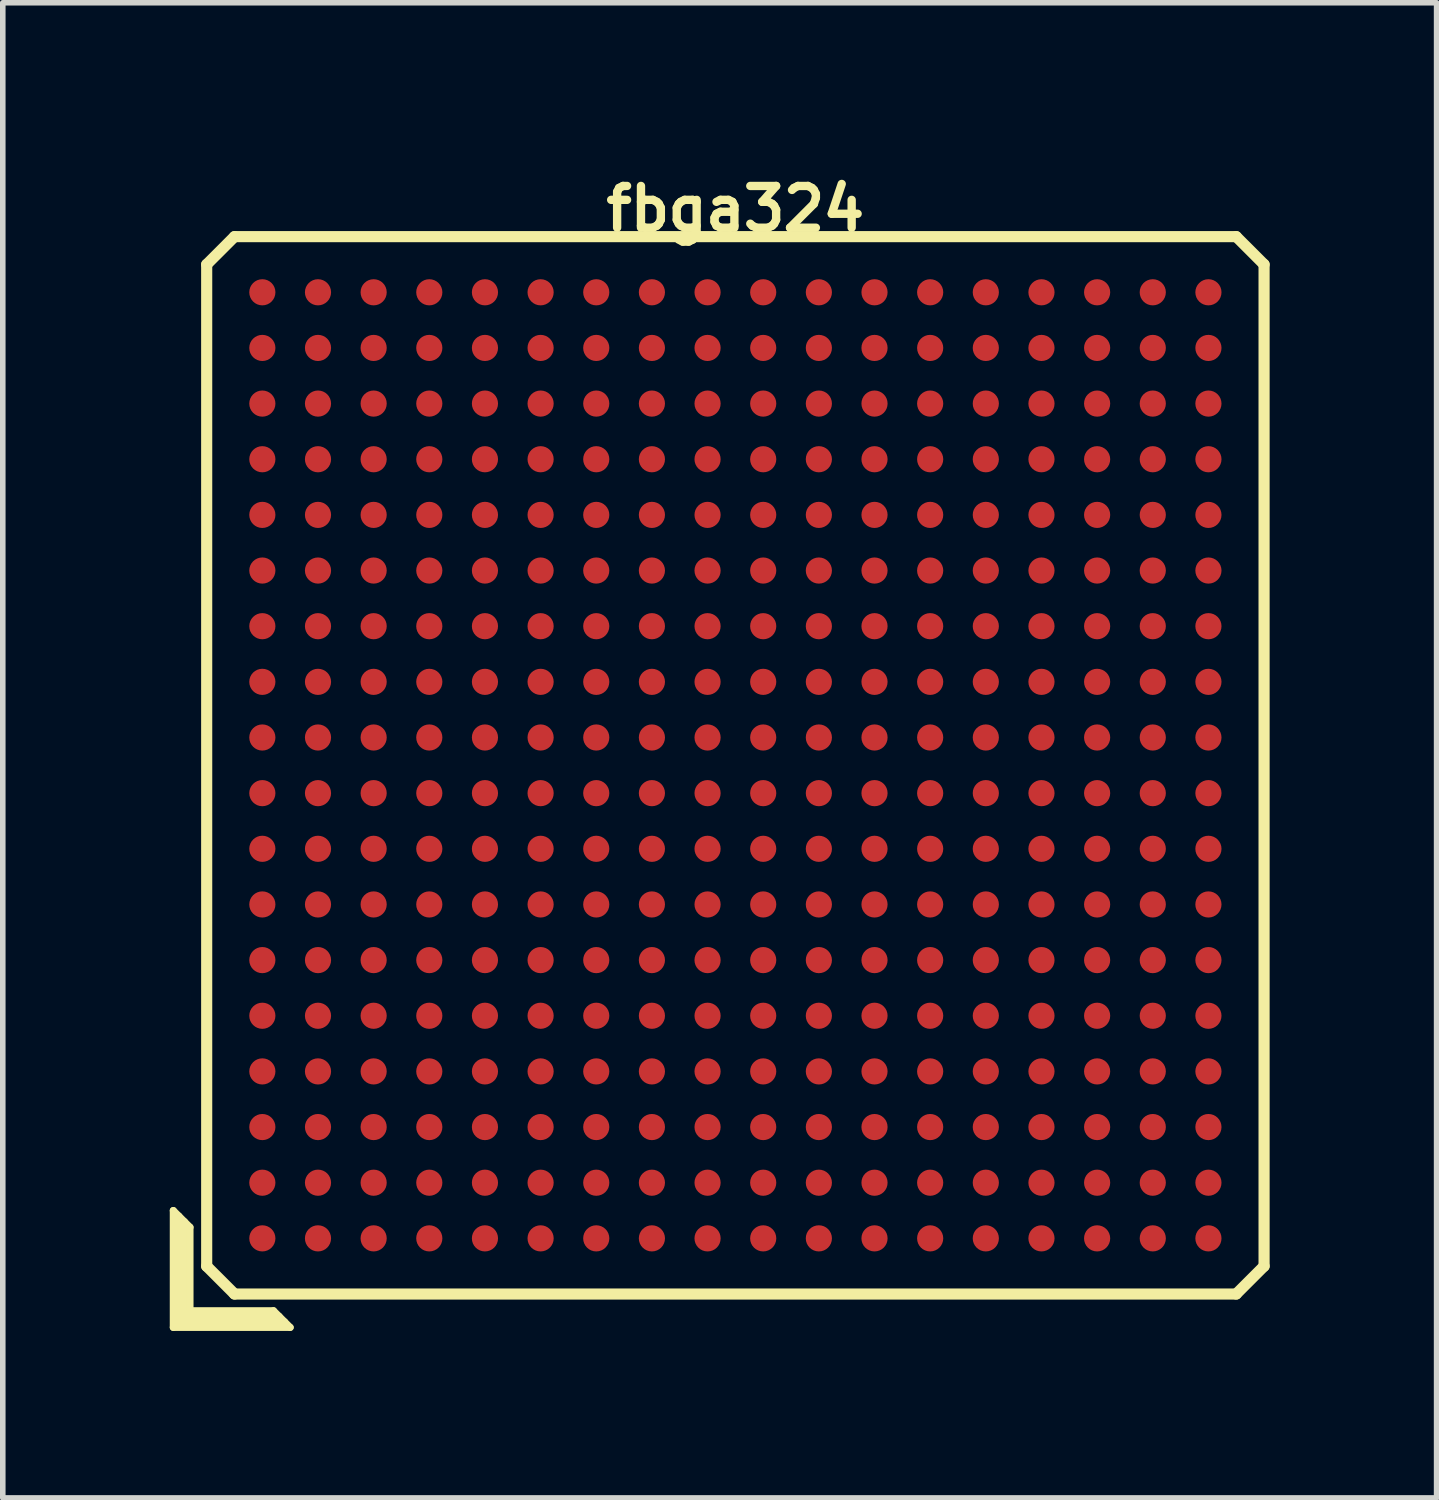
<source format=kicad_pcb>
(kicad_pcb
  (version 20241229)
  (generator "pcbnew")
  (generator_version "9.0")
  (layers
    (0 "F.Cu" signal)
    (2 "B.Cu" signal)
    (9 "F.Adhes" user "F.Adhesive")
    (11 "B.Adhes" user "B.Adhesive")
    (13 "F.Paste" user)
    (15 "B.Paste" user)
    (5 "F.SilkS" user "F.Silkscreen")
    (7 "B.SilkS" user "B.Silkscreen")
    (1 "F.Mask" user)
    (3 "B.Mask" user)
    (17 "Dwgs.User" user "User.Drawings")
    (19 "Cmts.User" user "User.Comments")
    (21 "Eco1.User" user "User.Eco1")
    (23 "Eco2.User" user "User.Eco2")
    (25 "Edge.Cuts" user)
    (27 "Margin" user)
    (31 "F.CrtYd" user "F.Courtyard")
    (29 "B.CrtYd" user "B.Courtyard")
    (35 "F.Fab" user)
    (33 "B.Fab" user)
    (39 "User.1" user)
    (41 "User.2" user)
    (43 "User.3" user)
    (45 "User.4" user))
  (footprint "fbga324"
    (layer "F.Cu")
    (at 10.164 10.702)
    (property "Reference" "fbga324" (at 0 -10 0) (layer "F.SilkS") (effects (font (size 0.75 0.75) (thickness 0.15))))
    (attr through_hole)
    (fp_line (start -10.1 8) (end -9.8 8.3) (stroke (width 0.127) (type solid)) (layer "F.SilkS"))
    (fp_line (start -10.1 10.1) (end -10.1 8) (stroke (width 0.127) (type solid)) (layer "F.SilkS"))
    (fp_line (start -10 8.1) (end -10 10) (stroke (width 0.127) (type solid)) (layer "F.SilkS"))
    (fp_line (start -10 10) (end -8.1 10) (stroke (width 0.127) (type solid)) (layer "F.SilkS"))
    (fp_line (start -9.9 9.9) (end -9.9 8.2) (stroke (width 0.127) (type solid)) (layer "F.SilkS"))
    (fp_line (start -9.8 8.3) (end -9.8 9.8) (stroke (width 0.127) (type solid)) (layer "F.SilkS"))
    (fp_line (start -9.8 9.8) (end -8.3 9.8) (stroke (width 0.127) (type solid)) (layer "F.SilkS"))
    (fp_line (start -9.5 -9) (end -9.5 9) (stroke (width 0.2) (type solid)) (layer "F.SilkS"))
    (fp_line (start -9.5 -9) (end -9 -9.5) (stroke (width 0.2) (type solid)) (layer "F.SilkS"))
    (fp_line (start -9 9.5) (end -9.5 9) (stroke (width 0.2) (type solid)) (layer "F.SilkS"))
    (fp_line (start -9 9.5) (end 9 9.5) (stroke (width 0.2) (type solid)) (layer "F.SilkS"))
    (fp_line (start -8.3 9.8) (end -8 10.1) (stroke (width 0.127) (type solid)) (layer "F.SilkS"))
    (fp_line (start -8.2 9.9) (end -9.9 9.9) (stroke (width 0.127) (type solid)) (layer "F.SilkS"))
    (fp_line (start -8 10.1) (end -10.1 10.1) (stroke (width 0.127) (type solid)) (layer "F.SilkS"))
    (fp_line (start 9 -9.5) (end -9 -9.5) (stroke (width 0.2) (type solid)) (layer "F.SilkS"))
    (fp_line (start 9 -9.5) (end 9.5 -9) (stroke (width 0.2) (type solid)) (layer "F.SilkS"))
    (fp_line (start 9.5 9) (end 9 9.5) (stroke (width 0.2) (type solid)) (layer "F.SilkS"))
    (fp_line (start 9.5 9) (end 9.5 -9) (stroke (width 0.2) (type solid)) (layer "F.SilkS"))
    (pad "A1" smd circle (at -8.5 8.5) (size 0.47 0.47) (layers "F.Cu" "F.Mask" "F.Paste"))
    (pad "A2" smd circle (at -7.5 8.5) (size 0.47 0.47) (layers "F.Cu" "F.Mask" "F.Paste"))
    (pad "A3" smd circle (at -6.5 8.5) (size 0.47 0.47) (layers "F.Cu" "F.Mask" "F.Paste"))
    (pad "A4" smd circle (at -5.5 8.5) (size 0.47 0.47) (layers "F.Cu" "F.Mask" "F.Paste"))
    (pad "A5" smd circle (at -4.5 8.5) (size 0.47 0.47) (layers "F.Cu" "F.Mask" "F.Paste"))
    (pad "A6" smd circle (at -3.5 8.5) (size 0.47 0.47) (layers "F.Cu" "F.Mask" "F.Paste"))
    (pad "A7" smd circle (at -2.5 8.5) (size 0.47 0.47) (layers "F.Cu" "F.Mask" "F.Paste"))
    (pad "A8" smd circle (at -1.5 8.5) (size 0.47 0.47) (layers "F.Cu" "F.Mask" "F.Paste"))
    (pad "A9" smd circle (at -0.5 8.5) (size 0.47 0.47) (layers "F.Cu" "F.Mask" "F.Paste"))
    (pad "A10" smd circle (at 0.5 8.5) (size 0.47 0.47) (layers "F.Cu" "F.Mask" "F.Paste"))
    (pad "A11" smd circle (at 1.5 8.5) (size 0.47 0.47) (layers "F.Cu" "F.Mask" "F.Paste"))
    (pad "A12" smd circle (at 2.5 8.5) (size 0.47 0.47) (layers "F.Cu" "F.Mask" "F.Paste"))
    (pad "A13" smd circle (at 3.5 8.5) (size 0.47 0.47) (layers "F.Cu" "F.Mask" "F.Paste"))
    (pad "A14" smd circle (at 4.5 8.5) (size 0.47 0.47) (layers "F.Cu" "F.Mask" "F.Paste"))
    (pad "A15" smd circle (at 5.5 8.5) (size 0.47 0.47) (layers "F.Cu" "F.Mask" "F.Paste"))
    (pad "A16" smd circle (at 6.5 8.5) (size 0.47 0.47) (layers "F.Cu" "F.Mask" "F.Paste"))
    (pad "A17" smd circle (at 7.5 8.5) (size 0.47 0.47) (layers "F.Cu" "F.Mask" "F.Paste"))
    (pad "A18" smd circle (at 8.5 8.5) (size 0.47 0.47) (layers "F.Cu" "F.Mask" "F.Paste"))
    (pad "B1" smd circle (at -8.5 7.5) (size 0.47 0.47) (layers "F.Cu" "F.Mask" "F.Paste"))
    (pad "B2" smd circle (at -7.5 7.5) (size 0.47 0.47) (layers "F.Cu" "F.Mask" "F.Paste"))
    (pad "B3" smd circle (at -6.5 7.5) (size 0.47 0.47) (layers "F.Cu" "F.Mask" "F.Paste"))
    (pad "B4" smd circle (at -5.5 7.5) (size 0.47 0.47) (layers "F.Cu" "F.Mask" "F.Paste"))
    (pad "B5" smd circle (at -4.5 7.5) (size 0.47 0.47) (layers "F.Cu" "F.Mask" "F.Paste"))
    (pad "B6" smd circle (at -3.5 7.5) (size 0.47 0.47) (layers "F.Cu" "F.Mask" "F.Paste"))
    (pad "B7" smd circle (at -2.5 7.5) (size 0.47 0.47) (layers "F.Cu" "F.Mask" "F.Paste"))
    (pad "B8" smd circle (at -1.5 7.5) (size 0.47 0.47) (layers "F.Cu" "F.Mask" "F.Paste"))
    (pad "B9" smd circle (at -0.5 7.5) (size 0.47 0.47) (layers "F.Cu" "F.Mask" "F.Paste"))
    (pad "B10" smd circle (at 0.5 7.5) (size 0.47 0.47) (layers "F.Cu" "F.Mask" "F.Paste"))
    (pad "B11" smd circle (at 1.5 7.5) (size 0.47 0.47) (layers "F.Cu" "F.Mask" "F.Paste"))
    (pad "B12" smd circle (at 2.5 7.5) (size 0.47 0.47) (layers "F.Cu" "F.Mask" "F.Paste"))
    (pad "B13" smd circle (at 3.5 7.5) (size 0.47 0.47) (layers "F.Cu" "F.Mask" "F.Paste"))
    (pad "B14" smd circle (at 4.5 7.5) (size 0.47 0.47) (layers "F.Cu" "F.Mask" "F.Paste"))
    (pad "B15" smd circle (at 5.5 7.5) (size 0.47 0.47) (layers "F.Cu" "F.Mask" "F.Paste"))
    (pad "B16" smd circle (at 6.5 7.5) (size 0.47 0.47) (layers "F.Cu" "F.Mask" "F.Paste"))
    (pad "B17" smd circle (at 7.5 7.5) (size 0.47 0.47) (layers "F.Cu" "F.Mask" "F.Paste"))
    (pad "B18" smd circle (at 8.5 7.5) (size 0.47 0.47) (layers "F.Cu" "F.Mask" "F.Paste"))
    (pad "C1" smd circle (at -8.5 6.5) (size 0.47 0.47) (layers "F.Cu" "F.Mask" "F.Paste"))
    (pad "C2" smd circle (at -7.5 6.5) (size 0.47 0.47) (layers "F.Cu" "F.Mask" "F.Paste"))
    (pad "C3" smd circle (at -6.5 6.5) (size 0.47 0.47) (layers "F.Cu" "F.Mask" "F.Paste"))
    (pad "C4" smd circle (at -5.5 6.5) (size 0.47 0.47) (layers "F.Cu" "F.Mask" "F.Paste"))
    (pad "C5" smd circle (at -4.5 6.5) (size 0.47 0.47) (layers "F.Cu" "F.Mask" "F.Paste"))
    (pad "C6" smd circle (at -3.5 6.5) (size 0.47 0.47) (layers "F.Cu" "F.Mask" "F.Paste"))
    (pad "C7" smd circle (at -2.5 6.5) (size 0.47 0.47) (layers "F.Cu" "F.Mask" "F.Paste"))
    (pad "C8" smd circle (at -1.5 6.5) (size 0.47 0.47) (layers "F.Cu" "F.Mask" "F.Paste"))
    (pad "C9" smd circle (at -0.5 6.5) (size 0.47 0.47) (layers "F.Cu" "F.Mask" "F.Paste"))
    (pad "C10" smd circle (at 0.5 6.5) (size 0.47 0.47) (layers "F.Cu" "F.Mask" "F.Paste"))
    (pad "C11" smd circle (at 1.5 6.5) (size 0.47 0.47) (layers "F.Cu" "F.Mask" "F.Paste"))
    (pad "C12" smd circle (at 2.5 6.5) (size 0.47 0.47) (layers "F.Cu" "F.Mask" "F.Paste"))
    (pad "C13" smd circle (at 3.5 6.5) (size 0.47 0.47) (layers "F.Cu" "F.Mask" "F.Paste"))
    (pad "C14" smd circle (at 4.5 6.5) (size 0.47 0.47) (layers "F.Cu" "F.Mask" "F.Paste"))
    (pad "C15" smd circle (at 5.5 6.5) (size 0.47 0.47) (layers "F.Cu" "F.Mask" "F.Paste"))
    (pad "C16" smd circle (at 6.5 6.5) (size 0.47 0.47) (layers "F.Cu" "F.Mask" "F.Paste"))
    (pad "C17" smd circle (at 7.5 6.5) (size 0.47 0.47) (layers "F.Cu" "F.Mask" "F.Paste"))
    (pad "C18" smd circle (at 8.5 6.5) (size 0.47 0.47) (layers "F.Cu" "F.Mask" "F.Paste"))
    (pad "D1" smd circle (at -8.5 5.5) (size 0.47 0.47) (layers "F.Cu" "F.Mask" "F.Paste"))
    (pad "D2" smd circle (at -7.5 5.5) (size 0.47 0.47) (layers "F.Cu" "F.Mask" "F.Paste"))
    (pad "D3" smd circle (at -6.5 5.5) (size 0.47 0.47) (layers "F.Cu" "F.Mask" "F.Paste"))
    (pad "D4" smd circle (at -5.5 5.5) (size 0.47 0.47) (layers "F.Cu" "F.Mask" "F.Paste"))
    (pad "D5" smd circle (at -4.5 5.5) (size 0.47 0.47) (layers "F.Cu" "F.Mask" "F.Paste"))
    (pad "D6" smd circle (at -3.5 5.5) (size 0.47 0.47) (layers "F.Cu" "F.Mask" "F.Paste"))
    (pad "D7" smd circle (at -2.5 5.5) (size 0.47 0.47) (layers "F.Cu" "F.Mask" "F.Paste"))
    (pad "D8" smd circle (at -1.5 5.5) (size 0.47 0.47) (layers "F.Cu" "F.Mask" "F.Paste"))
    (pad "D9" smd circle (at -0.5 5.5) (size 0.47 0.47) (layers "F.Cu" "F.Mask" "F.Paste"))
    (pad "D10" smd circle (at 0.5 5.5) (size 0.47 0.47) (layers "F.Cu" "F.Mask" "F.Paste"))
    (pad "D11" smd circle (at 1.5 5.5) (size 0.47 0.47) (layers "F.Cu" "F.Mask" "F.Paste"))
    (pad "D12" smd circle (at 2.5 5.5) (size 0.47 0.47) (layers "F.Cu" "F.Mask" "F.Paste"))
    (pad "D13" smd circle (at 3.5 5.5) (size 0.47 0.47) (layers "F.Cu" "F.Mask" "F.Paste"))
    (pad "D14" smd circle (at 4.5 5.5) (size 0.47 0.47) (layers "F.Cu" "F.Mask" "F.Paste"))
    (pad "D15" smd circle (at 5.5 5.5) (size 0.47 0.47) (layers "F.Cu" "F.Mask" "F.Paste"))
    (pad "D16" smd circle (at 6.5 5.5) (size 0.47 0.47) (layers "F.Cu" "F.Mask" "F.Paste"))
    (pad "D17" smd circle (at 7.5 5.5) (size 0.47 0.47) (layers "F.Cu" "F.Mask" "F.Paste"))
    (pad "D18" smd circle (at 8.5 5.5) (size 0.47 0.47) (layers "F.Cu" "F.Mask" "F.Paste"))
    (pad "E1" smd circle (at -8.5 4.5) (size 0.47 0.47) (layers "F.Cu" "F.Mask" "F.Paste"))
    (pad "E2" smd circle (at -7.5 4.5) (size 0.47 0.47) (layers "F.Cu" "F.Mask" "F.Paste"))
    (pad "E3" smd circle (at -6.5 4.5) (size 0.47 0.47) (layers "F.Cu" "F.Mask" "F.Paste"))
    (pad "E4" smd circle (at -5.5 4.5) (size 0.47 0.47) (layers "F.Cu" "F.Mask" "F.Paste"))
    (pad "E5" smd circle (at -4.5 4.5) (size 0.47 0.47) (layers "F.Cu" "F.Mask" "F.Paste"))
    (pad "E6" smd circle (at -3.5 4.5) (size 0.47 0.47) (layers "F.Cu" "F.Mask" "F.Paste"))
    (pad "E7" smd circle (at -2.5 4.5) (size 0.47 0.47) (layers "F.Cu" "F.Mask" "F.Paste"))
    (pad "E8" smd circle (at -1.5 4.5) (size 0.47 0.47) (layers "F.Cu" "F.Mask" "F.Paste"))
    (pad "E9" smd circle (at -0.5 4.5) (size 0.47 0.47) (layers "F.Cu" "F.Mask" "F.Paste"))
    (pad "E10" smd circle (at 0.5 4.5) (size 0.47 0.47) (layers "F.Cu" "F.Mask" "F.Paste"))
    (pad "E11" smd circle (at 1.5 4.5) (size 0.47 0.47) (layers "F.Cu" "F.Mask" "F.Paste"))
    (pad "E12" smd circle (at 2.5 4.5) (size 0.47 0.47) (layers "F.Cu" "F.Mask" "F.Paste"))
    (pad "E13" smd circle (at 3.5 4.5) (size 0.47 0.47) (layers "F.Cu" "F.Mask" "F.Paste"))
    (pad "E14" smd circle (at 4.5 4.5) (size 0.47 0.47) (layers "F.Cu" "F.Mask" "F.Paste"))
    (pad "E15" smd circle (at 5.5 4.5) (size 0.47 0.47) (layers "F.Cu" "F.Mask" "F.Paste"))
    (pad "E16" smd circle (at 6.5 4.5) (size 0.47 0.47) (layers "F.Cu" "F.Mask" "F.Paste"))
    (pad "E17" smd circle (at 7.5 4.5) (size 0.47 0.47) (layers "F.Cu" "F.Mask" "F.Paste"))
    (pad "E18" smd circle (at 8.5 4.5) (size 0.47 0.47) (layers "F.Cu" "F.Mask" "F.Paste"))
    (pad "F1" smd circle (at -8.5 3.5) (size 0.47 0.47) (layers "F.Cu" "F.Mask" "F.Paste"))
    (pad "F2" smd circle (at -7.5 3.5) (size 0.47 0.47) (layers "F.Cu" "F.Mask" "F.Paste"))
    (pad "F3" smd circle (at -6.5 3.5) (size 0.47 0.47) (layers "F.Cu" "F.Mask" "F.Paste"))
    (pad "F4" smd circle (at -5.5 3.5) (size 0.47 0.47) (layers "F.Cu" "F.Mask" "F.Paste"))
    (pad "F5" smd circle (at -4.5 3.5) (size 0.47 0.47) (layers "F.Cu" "F.Mask" "F.Paste"))
    (pad "F6" smd circle (at -3.5 3.5) (size 0.47 0.47) (layers "F.Cu" "F.Mask" "F.Paste"))
    (pad "F7" smd circle (at -2.5 3.5) (size 0.47 0.47) (layers "F.Cu" "F.Mask" "F.Paste"))
    (pad "F8" smd circle (at -1.5 3.5) (size 0.47 0.47) (layers "F.Cu" "F.Mask" "F.Paste"))
    (pad "F9" smd circle (at -0.5 3.5) (size 0.47 0.47) (layers "F.Cu" "F.Mask" "F.Paste"))
    (pad "F10" smd circle (at 0.5 3.5) (size 0.47 0.47) (layers "F.Cu" "F.Mask" "F.Paste"))
    (pad "F11" smd circle (at 1.5 3.5) (size 0.47 0.47) (layers "F.Cu" "F.Mask" "F.Paste"))
    (pad "F12" smd circle (at 2.5 3.5) (size 0.47 0.47) (layers "F.Cu" "F.Mask" "F.Paste"))
    (pad "F13" smd circle (at 3.5 3.5) (size 0.47 0.47) (layers "F.Cu" "F.Mask" "F.Paste"))
    (pad "F14" smd circle (at 4.5 3.5) (size 0.47 0.47) (layers "F.Cu" "F.Mask" "F.Paste"))
    (pad "F15" smd circle (at 5.5 3.5) (size 0.47 0.47) (layers "F.Cu" "F.Mask" "F.Paste"))
    (pad "F16" smd circle (at 6.5 3.5) (size 0.47 0.47) (layers "F.Cu" "F.Mask" "F.Paste"))
    (pad "F17" smd circle (at 7.5 3.5) (size 0.47 0.47) (layers "F.Cu" "F.Mask" "F.Paste"))
    (pad "F18" smd circle (at 8.5 3.5) (size 0.47 0.47) (layers "F.Cu" "F.Mask" "F.Paste"))
    (pad "G1" smd circle (at -8.5 2.5) (size 0.47 0.47) (layers "F.Cu" "F.Mask" "F.Paste"))
    (pad "G2" smd circle (at -7.5 2.5) (size 0.47 0.47) (layers "F.Cu" "F.Mask" "F.Paste"))
    (pad "G3" smd circle (at -6.5 2.5) (size 0.47 0.47) (layers "F.Cu" "F.Mask" "F.Paste"))
    (pad "G4" smd circle (at -5.5 2.5) (size 0.47 0.47) (layers "F.Cu" "F.Mask" "F.Paste"))
    (pad "G5" smd circle (at -4.5 2.5) (size 0.47 0.47) (layers "F.Cu" "F.Mask" "F.Paste"))
    (pad "G6" smd circle (at -3.5 2.5) (size 0.47 0.47) (layers "F.Cu" "F.Mask" "F.Paste"))
    (pad "G7" smd circle (at -2.5 2.5) (size 0.47 0.47) (layers "F.Cu" "F.Mask" "F.Paste"))
    (pad "G8" smd circle (at -1.5 2.5) (size 0.47 0.47) (layers "F.Cu" "F.Mask" "F.Paste"))
    (pad "G9" smd circle (at -0.5 2.5) (size 0.47 0.47) (layers "F.Cu" "F.Mask" "F.Paste"))
    (pad "G10" smd circle (at 0.5 2.5) (size 0.47 0.47) (layers "F.Cu" "F.Mask" "F.Paste"))
    (pad "G11" smd circle (at 1.5 2.5) (size 0.47 0.47) (layers "F.Cu" "F.Mask" "F.Paste"))
    (pad "G12" smd circle (at 2.5 2.5) (size 0.47 0.47) (layers "F.Cu" "F.Mask" "F.Paste"))
    (pad "G13" smd circle (at 3.5 2.5) (size 0.47 0.47) (layers "F.Cu" "F.Mask" "F.Paste"))
    (pad "G14" smd circle (at 4.5 2.5) (size 0.47 0.47) (layers "F.Cu" "F.Mask" "F.Paste"))
    (pad "G15" smd circle (at 5.5 2.5) (size 0.47 0.47) (layers "F.Cu" "F.Mask" "F.Paste"))
    (pad "G16" smd circle (at 6.5 2.5) (size 0.47 0.47) (layers "F.Cu" "F.Mask" "F.Paste"))
    (pad "G17" smd circle (at 7.5 2.5) (size 0.47 0.47) (layers "F.Cu" "F.Mask" "F.Paste"))
    (pad "G18" smd circle (at 8.5 2.5) (size 0.47 0.47) (layers "F.Cu" "F.Mask" "F.Paste"))
    (pad "H1" smd circle (at -8.5 1.5) (size 0.47 0.47) (layers "F.Cu" "F.Mask" "F.Paste"))
    (pad "H2" smd circle (at -7.5 1.5) (size 0.47 0.47) (layers "F.Cu" "F.Mask" "F.Paste"))
    (pad "H3" smd circle (at -6.5 1.5) (size 0.47 0.47) (layers "F.Cu" "F.Mask" "F.Paste"))
    (pad "H4" smd circle (at -5.5 1.5) (size 0.47 0.47) (layers "F.Cu" "F.Mask" "F.Paste"))
    (pad "H5" smd circle (at -4.5 1.5) (size 0.47 0.47) (layers "F.Cu" "F.Mask" "F.Paste"))
    (pad "H6" smd circle (at -3.5 1.5) (size 0.47 0.47) (layers "F.Cu" "F.Mask" "F.Paste"))
    (pad "H7" smd circle (at -2.5 1.5) (size 0.47 0.47) (layers "F.Cu" "F.Mask" "F.Paste"))
    (pad "H8" smd circle (at -1.5 1.5) (size 0.47 0.47) (layers "F.Cu" "F.Mask" "F.Paste"))
    (pad "H9" smd circle (at -0.5 1.5) (size 0.47 0.47) (layers "F.Cu" "F.Mask" "F.Paste"))
    (pad "H10" smd circle (at 0.5 1.5) (size 0.47 0.47) (layers "F.Cu" "F.Mask" "F.Paste"))
    (pad "H11" smd circle (at 1.5 1.5) (size 0.47 0.47) (layers "F.Cu" "F.Mask" "F.Paste"))
    (pad "H12" smd circle (at 2.5 1.5) (size 0.47 0.47) (layers "F.Cu" "F.Mask" "F.Paste"))
    (pad "H13" smd circle (at 3.5 1.5) (size 0.47 0.47) (layers "F.Cu" "F.Mask" "F.Paste"))
    (pad "H14" smd circle (at 4.5 1.5) (size 0.47 0.47) (layers "F.Cu" "F.Mask" "F.Paste"))
    (pad "H15" smd circle (at 5.5 1.5) (size 0.47 0.47) (layers "F.Cu" "F.Mask" "F.Paste"))
    (pad "H16" smd circle (at 6.5 1.5) (size 0.47 0.47) (layers "F.Cu" "F.Mask" "F.Paste"))
    (pad "H17" smd circle (at 7.5 1.5) (size 0.47 0.47) (layers "F.Cu" "F.Mask" "F.Paste"))
    (pad "H18" smd circle (at 8.5 1.5) (size 0.47 0.47) (layers "F.Cu" "F.Mask" "F.Paste"))
    (pad "J1" smd circle (at -8.5 0.5) (size 0.47 0.47) (layers "F.Cu" "F.Mask" "F.Paste"))
    (pad "J2" smd circle (at -7.5 0.5) (size 0.47 0.47) (layers "F.Cu" "F.Mask" "F.Paste"))
    (pad "J3" smd circle (at -6.5 0.5) (size 0.47 0.47) (layers "F.Cu" "F.Mask" "F.Paste"))
    (pad "J4" smd circle (at -5.5 0.5) (size 0.47 0.47) (layers "F.Cu" "F.Mask" "F.Paste"))
    (pad "J5" smd circle (at -4.5 0.5) (size 0.47 0.47) (layers "F.Cu" "F.Mask" "F.Paste"))
    (pad "J6" smd circle (at -3.5 0.5) (size 0.47 0.47) (layers "F.Cu" "F.Mask" "F.Paste"))
    (pad "J7" smd circle (at -2.5 0.5) (size 0.47 0.47) (layers "F.Cu" "F.Mask" "F.Paste"))
    (pad "J8" smd circle (at -1.5 0.5) (size 0.47 0.47) (layers "F.Cu" "F.Mask" "F.Paste"))
    (pad "J9" smd circle (at -0.5 0.5) (size 0.47 0.47) (layers "F.Cu" "F.Mask" "F.Paste"))
    (pad "J10" smd circle (at 0.5 0.5) (size 0.47 0.47) (layers "F.Cu" "F.Mask" "F.Paste"))
    (pad "J11" smd circle (at 1.5 0.5) (size 0.47 0.47) (layers "F.Cu" "F.Mask" "F.Paste"))
    (pad "J12" smd circle (at 2.5 0.5) (size 0.47 0.47) (layers "F.Cu" "F.Mask" "F.Paste"))
    (pad "J13" smd circle (at 3.5 0.5) (size 0.47 0.47) (layers "F.Cu" "F.Mask" "F.Paste"))
    (pad "J14" smd circle (at 4.5 0.5) (size 0.47 0.47) (layers "F.Cu" "F.Mask" "F.Paste"))
    (pad "J15" smd circle (at 5.5 0.5) (size 0.47 0.47) (layers "F.Cu" "F.Mask" "F.Paste"))
    (pad "J16" smd circle (at 6.5 0.5) (size 0.47 0.47) (layers "F.Cu" "F.Mask" "F.Paste"))
    (pad "J17" smd circle (at 7.5 0.5) (size 0.47 0.47) (layers "F.Cu" "F.Mask" "F.Paste"))
    (pad "J18" smd circle (at 8.5 0.5) (size 0.47 0.47) (layers "F.Cu" "F.Mask" "F.Paste"))
    (pad "K1" smd circle (at -8.5 -0.5) (size 0.47 0.47) (layers "F.Cu" "F.Mask" "F.Paste"))
    (pad "K2" smd circle (at -7.5 -0.5) (size 0.47 0.47) (layers "F.Cu" "F.Mask" "F.Paste"))
    (pad "K3" smd circle (at -6.5 -0.5) (size 0.47 0.47) (layers "F.Cu" "F.Mask" "F.Paste"))
    (pad "K4" smd circle (at -5.5 -0.5) (size 0.47 0.47) (layers "F.Cu" "F.Mask" "F.Paste"))
    (pad "K5" smd circle (at -4.5 -0.5) (size 0.47 0.47) (layers "F.Cu" "F.Mask" "F.Paste"))
    (pad "K6" smd circle (at -3.5 -0.5) (size 0.47 0.47) (layers "F.Cu" "F.Mask" "F.Paste"))
    (pad "K7" smd circle (at -2.5 -0.5) (size 0.47 0.47) (layers "F.Cu" "F.Mask" "F.Paste"))
    (pad "K8" smd circle (at -1.5 -0.5) (size 0.47 0.47) (layers "F.Cu" "F.Mask" "F.Paste"))
    (pad "K9" smd circle (at -0.5 -0.5) (size 0.47 0.47) (layers "F.Cu" "F.Mask" "F.Paste"))
    (pad "K10" smd circle (at 0.5 -0.5) (size 0.47 0.47) (layers "F.Cu" "F.Mask" "F.Paste"))
    (pad "K11" smd circle (at 1.5 -0.5) (size 0.47 0.47) (layers "F.Cu" "F.Mask" "F.Paste"))
    (pad "K12" smd circle (at 2.5 -0.5) (size 0.47 0.47) (layers "F.Cu" "F.Mask" "F.Paste"))
    (pad "K13" smd circle (at 3.5 -0.5) (size 0.47 0.47) (layers "F.Cu" "F.Mask" "F.Paste"))
    (pad "K14" smd circle (at 4.5 -0.5) (size 0.47 0.47) (layers "F.Cu" "F.Mask" "F.Paste"))
    (pad "K15" smd circle (at 5.5 -0.5) (size 0.47 0.47) (layers "F.Cu" "F.Mask" "F.Paste"))
    (pad "K16" smd circle (at 6.5 -0.5) (size 0.47 0.47) (layers "F.Cu" "F.Mask" "F.Paste"))
    (pad "K17" smd circle (at 7.5 -0.5) (size 0.47 0.47) (layers "F.Cu" "F.Mask" "F.Paste"))
    (pad "K18" smd circle (at 8.5 -0.5) (size 0.47 0.47) (layers "F.Cu" "F.Mask" "F.Paste"))
    (pad "L1" smd circle (at -8.5 -1.5) (size 0.47 0.47) (layers "F.Cu" "F.Mask" "F.Paste"))
    (pad "L2" smd circle (at -7.5 -1.5) (size 0.47 0.47) (layers "F.Cu" "F.Mask" "F.Paste"))
    (pad "L3" smd circle (at -6.5 -1.5) (size 0.47 0.47) (layers "F.Cu" "F.Mask" "F.Paste"))
    (pad "L4" smd circle (at -5.5 -1.5) (size 0.47 0.47) (layers "F.Cu" "F.Mask" "F.Paste"))
    (pad "L5" smd circle (at -4.5 -1.5) (size 0.47 0.47) (layers "F.Cu" "F.Mask" "F.Paste"))
    (pad "L6" smd circle (at -3.5 -1.5) (size 0.47 0.47) (layers "F.Cu" "F.Mask" "F.Paste"))
    (pad "L7" smd circle (at -2.5 -1.5) (size 0.47 0.47) (layers "F.Cu" "F.Mask" "F.Paste"))
    (pad "L8" smd circle (at -1.5 -1.5) (size 0.47 0.47) (layers "F.Cu" "F.Mask" "F.Paste"))
    (pad "L9" smd circle (at -0.5 -1.5) (size 0.47 0.47) (layers "F.Cu" "F.Mask" "F.Paste"))
    (pad "L10" smd circle (at 0.5 -1.5) (size 0.47 0.47) (layers "F.Cu" "F.Mask" "F.Paste"))
    (pad "L11" smd circle (at 1.5 -1.5) (size 0.47 0.47) (layers "F.Cu" "F.Mask" "F.Paste"))
    (pad "L12" smd circle (at 2.5 -1.5) (size 0.47 0.47) (layers "F.Cu" "F.Mask" "F.Paste"))
    (pad "L13" smd circle (at 3.5 -1.5) (size 0.47 0.47) (layers "F.Cu" "F.Mask" "F.Paste"))
    (pad "L14" smd circle (at 4.5 -1.5) (size 0.47 0.47) (layers "F.Cu" "F.Mask" "F.Paste"))
    (pad "L15" smd circle (at 5.5 -1.5) (size 0.47 0.47) (layers "F.Cu" "F.Mask" "F.Paste"))
    (pad "L16" smd circle (at 6.5 -1.5) (size 0.47 0.47) (layers "F.Cu" "F.Mask" "F.Paste"))
    (pad "L17" smd circle (at 7.5 -1.5) (size 0.47 0.47) (layers "F.Cu" "F.Mask" "F.Paste"))
    (pad "L18" smd circle (at 8.5 -1.5) (size 0.47 0.47) (layers "F.Cu" "F.Mask" "F.Paste"))
    (pad "M1" smd circle (at -8.5 -2.5) (size 0.47 0.47) (layers "F.Cu" "F.Mask" "F.Paste"))
    (pad "M2" smd circle (at -7.5 -2.5) (size 0.47 0.47) (layers "F.Cu" "F.Mask" "F.Paste"))
    (pad "M3" smd circle (at -6.5 -2.5) (size 0.47 0.47) (layers "F.Cu" "F.Mask" "F.Paste"))
    (pad "M4" smd circle (at -5.5 -2.5) (size 0.47 0.47) (layers "F.Cu" "F.Mask" "F.Paste"))
    (pad "M5" smd circle (at -4.5 -2.5) (size 0.47 0.47) (layers "F.Cu" "F.Mask" "F.Paste"))
    (pad "M6" smd circle (at -3.5 -2.5) (size 0.47 0.47) (layers "F.Cu" "F.Mask" "F.Paste"))
    (pad "M7" smd circle (at -2.5 -2.5) (size 0.47 0.47) (layers "F.Cu" "F.Mask" "F.Paste"))
    (pad "M8" smd circle (at -1.5 -2.5) (size 0.47 0.47) (layers "F.Cu" "F.Mask" "F.Paste"))
    (pad "M9" smd circle (at -0.5 -2.5) (size 0.47 0.47) (layers "F.Cu" "F.Mask" "F.Paste"))
    (pad "M10" smd circle (at 0.5 -2.5) (size 0.47 0.47) (layers "F.Cu" "F.Mask" "F.Paste"))
    (pad "M11" smd circle (at 1.5 -2.5) (size 0.47 0.47) (layers "F.Cu" "F.Mask" "F.Paste"))
    (pad "M12" smd circle (at 2.5 -2.5) (size 0.47 0.47) (layers "F.Cu" "F.Mask" "F.Paste"))
    (pad "M13" smd circle (at 3.5 -2.5) (size 0.47 0.47) (layers "F.Cu" "F.Mask" "F.Paste"))
    (pad "M14" smd circle (at 4.5 -2.5) (size 0.47 0.47) (layers "F.Cu" "F.Mask" "F.Paste"))
    (pad "M15" smd circle (at 5.5 -2.5) (size 0.47 0.47) (layers "F.Cu" "F.Mask" "F.Paste"))
    (pad "M16" smd circle (at 6.5 -2.5) (size 0.47 0.47) (layers "F.Cu" "F.Mask" "F.Paste"))
    (pad "M17" smd circle (at 7.5 -2.5) (size 0.47 0.47) (layers "F.Cu" "F.Mask" "F.Paste"))
    (pad "M18" smd circle (at 8.5 -2.5) (size 0.47 0.47) (layers "F.Cu" "F.Mask" "F.Paste"))
    (pad "N1" smd circle (at -8.5 -3.5) (size 0.47 0.47) (layers "F.Cu" "F.Mask" "F.Paste"))
    (pad "N2" smd circle (at -7.5 -3.5) (size 0.47 0.47) (layers "F.Cu" "F.Mask" "F.Paste"))
    (pad "N3" smd circle (at -6.5 -3.5) (size 0.47 0.47) (layers "F.Cu" "F.Mask" "F.Paste"))
    (pad "N4" smd circle (at -5.5 -3.5) (size 0.47 0.47) (layers "F.Cu" "F.Mask" "F.Paste"))
    (pad "N5" smd circle (at -4.5 -3.5) (size 0.47 0.47) (layers "F.Cu" "F.Mask" "F.Paste"))
    (pad "N6" smd circle (at -3.5 -3.5) (size 0.47 0.47) (layers "F.Cu" "F.Mask" "F.Paste"))
    (pad "N7" smd circle (at -2.5 -3.5) (size 0.47 0.47) (layers "F.Cu" "F.Mask" "F.Paste"))
    (pad "N8" smd circle (at -1.5 -3.5) (size 0.47 0.47) (layers "F.Cu" "F.Mask" "F.Paste"))
    (pad "N9" smd circle (at -0.5 -3.5) (size 0.47 0.47) (layers "F.Cu" "F.Mask" "F.Paste"))
    (pad "N10" smd circle (at 0.5 -3.5) (size 0.47 0.47) (layers "F.Cu" "F.Mask" "F.Paste"))
    (pad "N11" smd circle (at 1.5 -3.5) (size 0.47 0.47) (layers "F.Cu" "F.Mask" "F.Paste"))
    (pad "N12" smd circle (at 2.5 -3.5) (size 0.47 0.47) (layers "F.Cu" "F.Mask" "F.Paste"))
    (pad "N13" smd circle (at 3.5 -3.5) (size 0.47 0.47) (layers "F.Cu" "F.Mask" "F.Paste"))
    (pad "N14" smd circle (at 4.5 -3.5) (size 0.47 0.47) (layers "F.Cu" "F.Mask" "F.Paste"))
    (pad "N15" smd circle (at 5.5 -3.5) (size 0.47 0.47) (layers "F.Cu" "F.Mask" "F.Paste"))
    (pad "N16" smd circle (at 6.5 -3.5) (size 0.47 0.47) (layers "F.Cu" "F.Mask" "F.Paste"))
    (pad "N17" smd circle (at 7.5 -3.5) (size 0.47 0.47) (layers "F.Cu" "F.Mask" "F.Paste"))
    (pad "N18" smd circle (at 8.5 -3.5) (size 0.47 0.47) (layers "F.Cu" "F.Mask" "F.Paste"))
    (pad "P1" smd circle (at -8.5 -4.5) (size 0.47 0.47) (layers "F.Cu" "F.Mask" "F.Paste"))
    (pad "P2" smd circle (at -7.5 -4.5) (size 0.47 0.47) (layers "F.Cu" "F.Mask" "F.Paste"))
    (pad "P3" smd circle (at -6.5 -4.5) (size 0.47 0.47) (layers "F.Cu" "F.Mask" "F.Paste"))
    (pad "P4" smd circle (at -5.5 -4.5) (size 0.47 0.47) (layers "F.Cu" "F.Mask" "F.Paste"))
    (pad "P5" smd circle (at -4.5 -4.5) (size 0.47 0.47) (layers "F.Cu" "F.Mask" "F.Paste"))
    (pad "P6" smd circle (at -3.5 -4.5) (size 0.47 0.47) (layers "F.Cu" "F.Mask" "F.Paste"))
    (pad "P7" smd circle (at -2.5 -4.5) (size 0.47 0.47) (layers "F.Cu" "F.Mask" "F.Paste"))
    (pad "P8" smd circle (at -1.5 -4.5) (size 0.47 0.47) (layers "F.Cu" "F.Mask" "F.Paste"))
    (pad "P9" smd circle (at -0.5 -4.5) (size 0.47 0.47) (layers "F.Cu" "F.Mask" "F.Paste"))
    (pad "P10" smd circle (at 0.5 -4.5) (size 0.47 0.47) (layers "F.Cu" "F.Mask" "F.Paste"))
    (pad "P11" smd circle (at 1.5 -4.5) (size 0.47 0.47) (layers "F.Cu" "F.Mask" "F.Paste"))
    (pad "P12" smd circle (at 2.5 -4.5) (size 0.47 0.47) (layers "F.Cu" "F.Mask" "F.Paste"))
    (pad "P13" smd circle (at 3.5 -4.5) (size 0.47 0.47) (layers "F.Cu" "F.Mask" "F.Paste"))
    (pad "P14" smd circle (at 4.5 -4.5) (size 0.47 0.47) (layers "F.Cu" "F.Mask" "F.Paste"))
    (pad "P15" smd circle (at 5.5 -4.5) (size 0.47 0.47) (layers "F.Cu" "F.Mask" "F.Paste"))
    (pad "P16" smd circle (at 6.5 -4.5) (size 0.47 0.47) (layers "F.Cu" "F.Mask" "F.Paste"))
    (pad "P17" smd circle (at 7.5 -4.5) (size 0.47 0.47) (layers "F.Cu" "F.Mask" "F.Paste"))
    (pad "P18" smd circle (at 8.5 -4.5) (size 0.47 0.47) (layers "F.Cu" "F.Mask" "F.Paste"))
    (pad "R1" smd circle (at -8.5 -5.5) (size 0.47 0.47) (layers "F.Cu" "F.Mask" "F.Paste"))
    (pad "R2" smd circle (at -7.5 -5.5) (size 0.47 0.47) (layers "F.Cu" "F.Mask" "F.Paste"))
    (pad "R3" smd circle (at -6.5 -5.5) (size 0.47 0.47) (layers "F.Cu" "F.Mask" "F.Paste"))
    (pad "R4" smd circle (at -5.5 -5.5) (size 0.47 0.47) (layers "F.Cu" "F.Mask" "F.Paste"))
    (pad "R5" smd circle (at -4.5 -5.5) (size 0.47 0.47) (layers "F.Cu" "F.Mask" "F.Paste"))
    (pad "R6" smd circle (at -3.5 -5.5) (size 0.47 0.47) (layers "F.Cu" "F.Mask" "F.Paste"))
    (pad "R7" smd circle (at -2.5 -5.5) (size 0.47 0.47) (layers "F.Cu" "F.Mask" "F.Paste"))
    (pad "R8" smd circle (at -1.5 -5.5) (size 0.47 0.47) (layers "F.Cu" "F.Mask" "F.Paste"))
    (pad "R9" smd circle (at -0.5 -5.5) (size 0.47 0.47) (layers "F.Cu" "F.Mask" "F.Paste"))
    (pad "R10" smd circle (at 0.5 -5.5) (size 0.47 0.47) (layers "F.Cu" "F.Mask" "F.Paste"))
    (pad "R11" smd circle (at 1.5 -5.5) (size 0.47 0.47) (layers "F.Cu" "F.Mask" "F.Paste"))
    (pad "R12" smd circle (at 2.5 -5.5) (size 0.47 0.47) (layers "F.Cu" "F.Mask" "F.Paste"))
    (pad "R13" smd circle (at 3.5 -5.5) (size 0.47 0.47) (layers "F.Cu" "F.Mask" "F.Paste"))
    (pad "R14" smd circle (at 4.5 -5.5) (size 0.47 0.47) (layers "F.Cu" "F.Mask" "F.Paste"))
    (pad "R15" smd circle (at 5.5 -5.5) (size 0.47 0.47) (layers "F.Cu" "F.Mask" "F.Paste"))
    (pad "R16" smd circle (at 6.5 -5.5) (size 0.47 0.47) (layers "F.Cu" "F.Mask" "F.Paste"))
    (pad "R17" smd circle (at 7.5 -5.5) (size 0.47 0.47) (layers "F.Cu" "F.Mask" "F.Paste"))
    (pad "R18" smd circle (at 8.5 -5.5) (size 0.47 0.47) (layers "F.Cu" "F.Mask" "F.Paste"))
    (pad "T1" smd circle (at -8.5 -6.5) (size 0.47 0.47) (layers "F.Cu" "F.Mask" "F.Paste"))
    (pad "T2" smd circle (at -7.5 -6.5) (size 0.47 0.47) (layers "F.Cu" "F.Mask" "F.Paste"))
    (pad "T3" smd circle (at -6.5 -6.5) (size 0.47 0.47) (layers "F.Cu" "F.Mask" "F.Paste"))
    (pad "T4" smd circle (at -5.5 -6.5) (size 0.47 0.47) (layers "F.Cu" "F.Mask" "F.Paste"))
    (pad "T5" smd circle (at -4.5 -6.5) (size 0.47 0.47) (layers "F.Cu" "F.Mask" "F.Paste"))
    (pad "T6" smd circle (at -3.5 -6.5) (size 0.47 0.47) (layers "F.Cu" "F.Mask" "F.Paste"))
    (pad "T7" smd circle (at -2.5 -6.5) (size 0.47 0.47) (layers "F.Cu" "F.Mask" "F.Paste"))
    (pad "T8" smd circle (at -1.5 -6.5) (size 0.47 0.47) (layers "F.Cu" "F.Mask" "F.Paste"))
    (pad "T9" smd circle (at -0.5 -6.5) (size 0.47 0.47) (layers "F.Cu" "F.Mask" "F.Paste"))
    (pad "T10" smd circle (at 0.5 -6.5) (size 0.47 0.47) (layers "F.Cu" "F.Mask" "F.Paste"))
    (pad "T11" smd circle (at 1.5 -6.5) (size 0.47 0.47) (layers "F.Cu" "F.Mask" "F.Paste"))
    (pad "T12" smd circle (at 2.5 -6.5) (size 0.47 0.47) (layers "F.Cu" "F.Mask" "F.Paste"))
    (pad "T13" smd circle (at 3.5 -6.5) (size 0.47 0.47) (layers "F.Cu" "F.Mask" "F.Paste"))
    (pad "T14" smd circle (at 4.5 -6.5) (size 0.47 0.47) (layers "F.Cu" "F.Mask" "F.Paste"))
    (pad "T15" smd circle (at 5.5 -6.5) (size 0.47 0.47) (layers "F.Cu" "F.Mask" "F.Paste"))
    (pad "T16" smd circle (at 6.5 -6.5) (size 0.47 0.47) (layers "F.Cu" "F.Mask" "F.Paste"))
    (pad "T17" smd circle (at 7.5 -6.5) (size 0.47 0.47) (layers "F.Cu" "F.Mask" "F.Paste"))
    (pad "T18" smd circle (at 8.5 -6.5) (size 0.47 0.47) (layers "F.Cu" "F.Mask" "F.Paste"))
    (pad "U1" smd circle (at -8.5 -7.5) (size 0.47 0.47) (layers "F.Cu" "F.Mask" "F.Paste"))
    (pad "U2" smd circle (at -7.5 -7.5) (size 0.47 0.47) (layers "F.Cu" "F.Mask" "F.Paste"))
    (pad "U3" smd circle (at -6.5 -7.5) (size 0.47 0.47) (layers "F.Cu" "F.Mask" "F.Paste"))
    (pad "U4" smd circle (at -5.5 -7.5) (size 0.47 0.47) (layers "F.Cu" "F.Mask" "F.Paste"))
    (pad "U5" smd circle (at -4.5 -7.5) (size 0.47 0.47) (layers "F.Cu" "F.Mask" "F.Paste"))
    (pad "U6" smd circle (at -3.5 -7.5) (size 0.47 0.47) (layers "F.Cu" "F.Mask" "F.Paste"))
    (pad "U7" smd circle (at -2.5 -7.5) (size 0.47 0.47) (layers "F.Cu" "F.Mask" "F.Paste"))
    (pad "U8" smd circle (at -1.5 -7.5) (size 0.47 0.47) (layers "F.Cu" "F.Mask" "F.Paste"))
    (pad "U9" smd circle (at -0.5 -7.5) (size 0.47 0.47) (layers "F.Cu" "F.Mask" "F.Paste"))
    (pad "U10" smd circle (at 0.5 -7.5) (size 0.47 0.47) (layers "F.Cu" "F.Mask" "F.Paste"))
    (pad "U11" smd circle (at 1.5 -7.5) (size 0.47 0.47) (layers "F.Cu" "F.Mask" "F.Paste"))
    (pad "U12" smd circle (at 2.5 -7.5) (size 0.47 0.47) (layers "F.Cu" "F.Mask" "F.Paste"))
    (pad "U13" smd circle (at 3.5 -7.5) (size 0.47 0.47) (layers "F.Cu" "F.Mask" "F.Paste"))
    (pad "U14" smd circle (at 4.5 -7.5) (size 0.47 0.47) (layers "F.Cu" "F.Mask" "F.Paste"))
    (pad "U15" smd circle (at 5.5 -7.5) (size 0.47 0.47) (layers "F.Cu" "F.Mask" "F.Paste"))
    (pad "U16" smd circle (at 6.5 -7.5) (size 0.47 0.47) (layers "F.Cu" "F.Mask" "F.Paste"))
    (pad "U17" smd circle (at 7.5 -7.5) (size 0.47 0.47) (layers "F.Cu" "F.Mask" "F.Paste"))
    (pad "U18" smd circle (at 8.5 -7.5) (size 0.47 0.47) (layers "F.Cu" "F.Mask" "F.Paste"))
    (pad "V1" smd circle (at -8.5 -8.5) (size 0.47 0.47) (layers "F.Cu" "F.Mask" "F.Paste"))
    (pad "V2" smd circle (at -7.5 -8.5) (size 0.47 0.47) (layers "F.Cu" "F.Mask" "F.Paste"))
    (pad "V3" smd circle (at -6.5 -8.5) (size 0.47 0.47) (layers "F.Cu" "F.Mask" "F.Paste"))
    (pad "V4" smd circle (at -5.5 -8.5) (size 0.47 0.47) (layers "F.Cu" "F.Mask" "F.Paste"))
    (pad "V5" smd circle (at -4.5 -8.5) (size 0.47 0.47) (layers "F.Cu" "F.Mask" "F.Paste"))
    (pad "V6" smd circle (at -3.5 -8.5) (size 0.47 0.47) (layers "F.Cu" "F.Mask" "F.Paste"))
    (pad "V7" smd circle (at -2.5 -8.5) (size 0.47 0.47) (layers "F.Cu" "F.Mask" "F.Paste"))
    (pad "V8" smd circle (at -1.5 -8.5) (size 0.47 0.47) (layers "F.Cu" "F.Mask" "F.Paste"))
    (pad "V9" smd circle (at -0.5 -8.5) (size 0.47 0.47) (layers "F.Cu" "F.Mask" "F.Paste"))
    (pad "V10" smd circle (at 0.5 -8.5) (size 0.47 0.47) (layers "F.Cu" "F.Mask" "F.Paste"))
    (pad "V11" smd circle (at 1.5 -8.5) (size 0.47 0.47) (layers "F.Cu" "F.Mask" "F.Paste"))
    (pad "V12" smd circle (at 2.5 -8.5) (size 0.47 0.47) (layers "F.Cu" "F.Mask" "F.Paste"))
    (pad "V13" smd circle (at 3.5 -8.5) (size 0.47 0.47) (layers "F.Cu" "F.Mask" "F.Paste"))
    (pad "V14" smd circle (at 4.5 -8.5) (size 0.47 0.47) (layers "F.Cu" "F.Mask" "F.Paste"))
    (pad "V15" smd circle (at 5.5 -8.5) (size 0.47 0.47) (layers "F.Cu" "F.Mask" "F.Paste"))
    (pad "V16" smd circle (at 6.5 -8.5) (size 0.47 0.47) (layers "F.Cu" "F.Mask" "F.Paste"))
    (pad "V17" smd circle (at 7.5 -8.5) (size 0.47 0.47) (layers "F.Cu" "F.Mask" "F.Paste"))
    (pad "V18" smd circle (at 8.5 -8.5) (size 0.47 0.47) (layers "F.Cu" "F.Mask" "F.Paste")))
  (gr_rect
    (start -3 -3)
    (end 22.764 23.866)
    (stroke (width 0.1) (type default))
    (fill no)
    (layer "Edge.Cuts")))
</source>
